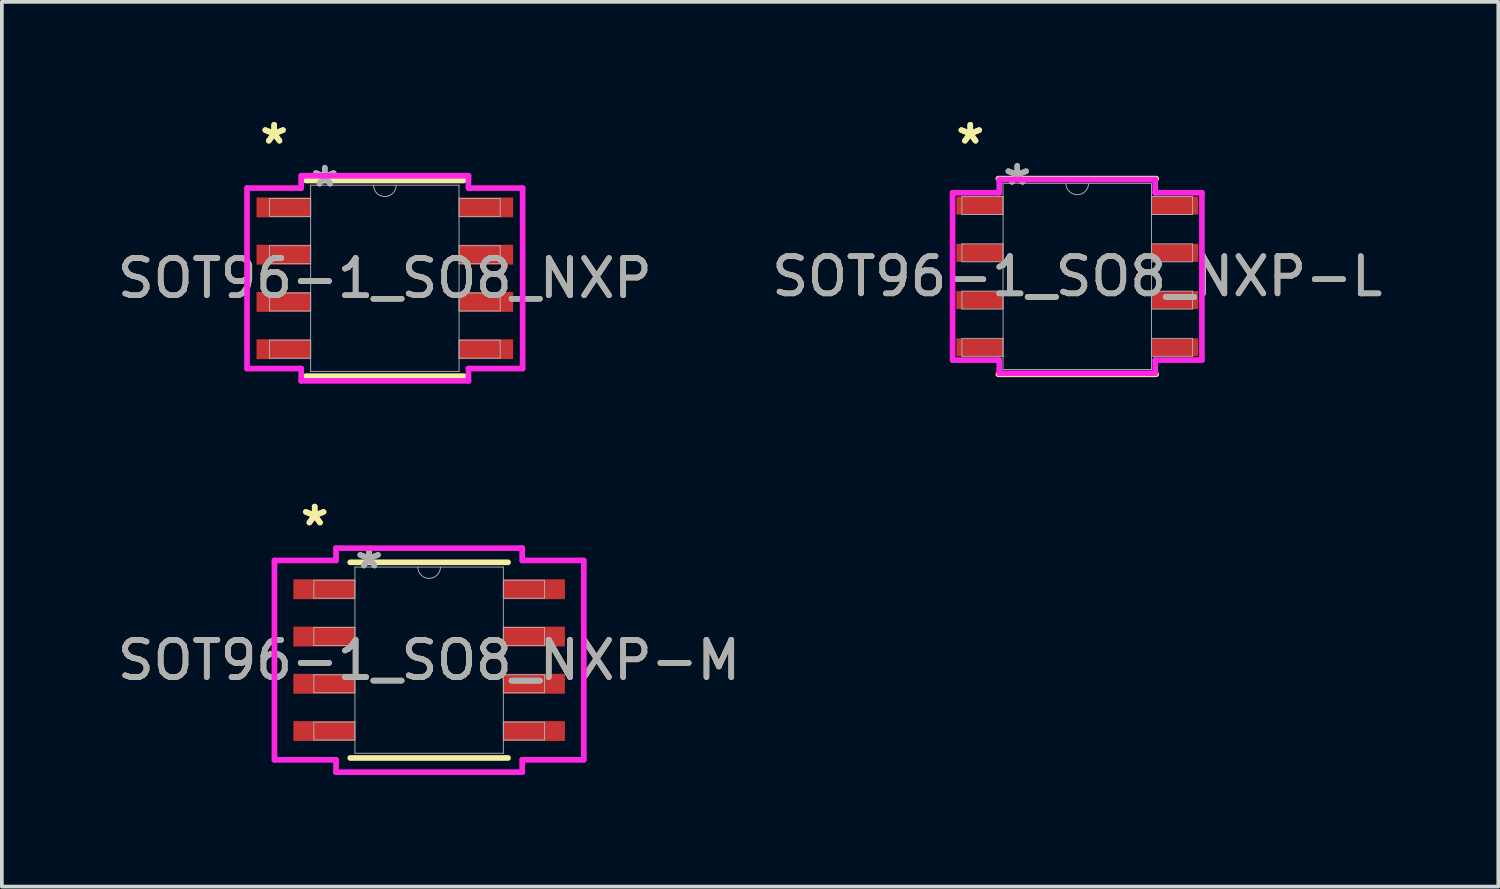
<source format=kicad_pcb>
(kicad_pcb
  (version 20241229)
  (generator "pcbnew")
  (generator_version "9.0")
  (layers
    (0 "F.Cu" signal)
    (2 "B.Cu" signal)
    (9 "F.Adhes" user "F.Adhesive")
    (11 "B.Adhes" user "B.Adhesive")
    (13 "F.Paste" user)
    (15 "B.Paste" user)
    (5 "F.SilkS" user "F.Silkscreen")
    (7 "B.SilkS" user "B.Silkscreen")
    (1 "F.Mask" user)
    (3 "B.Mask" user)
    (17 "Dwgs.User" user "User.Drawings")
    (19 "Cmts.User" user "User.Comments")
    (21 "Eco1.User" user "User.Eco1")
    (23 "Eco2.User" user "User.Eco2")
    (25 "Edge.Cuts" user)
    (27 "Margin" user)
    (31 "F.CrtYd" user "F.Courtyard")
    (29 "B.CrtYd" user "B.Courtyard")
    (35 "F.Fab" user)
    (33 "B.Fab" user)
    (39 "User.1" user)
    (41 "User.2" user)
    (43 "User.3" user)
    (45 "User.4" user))
  (footprint "SOT96-1_SO8_NXP"
    (layer "F.Cu")
    (at 7.292 4.429)
    (property "Reference" "SOT96-1_SO8_NXP" (at 0 0 0) (unlocked yes) (layer "F.SilkS") (effects (font (size 1 1) (thickness 0.15))))
    (attr smd)
    (fp_line (start -2.121 2.629) (end 2.121 2.629) (stroke (width 0.152) (type solid)) (layer "F.SilkS"))
    (fp_line (start 2.121 -2.629) (end -2.121 -2.629) (stroke (width 0.152) (type solid)) (layer "F.SilkS"))
    (fp_line (start -3.703 -2.425) (end -2.248 -2.425) (stroke (width 0.152) (type solid)) (layer "F.CrtYd"))
    (fp_line (start -3.703 2.425) (end -3.703 -2.425) (stroke (width 0.152) (type solid)) (layer "F.CrtYd"))
    (fp_line (start -3.703 2.425) (end -2.248 2.425) (stroke (width 0.152) (type solid)) (layer "F.CrtYd"))
    (fp_line (start -2.248 -2.756) (end 2.248 -2.756) (stroke (width 0.152) (type solid)) (layer "F.CrtYd"))
    (fp_line (start -2.248 -2.425) (end -2.248 -2.756) (stroke (width 0.152) (type solid)) (layer "F.CrtYd"))
    (fp_line (start -2.248 2.756) (end -2.248 2.425) (stroke (width 0.152) (type solid)) (layer "F.CrtYd"))
    (fp_line (start 2.248 -2.756) (end 2.248 -2.425) (stroke (width 0.152) (type solid)) (layer "F.CrtYd"))
    (fp_line (start 2.248 2.425) (end 2.248 2.756) (stroke (width 0.152) (type solid)) (layer "F.CrtYd"))
    (fp_line (start 2.248 2.756) (end -2.248 2.756) (stroke (width 0.152) (type solid)) (layer "F.CrtYd"))
    (fp_line (start 3.703 -2.425) (end 2.248 -2.425) (stroke (width 0.152) (type solid)) (layer "F.CrtYd"))
    (fp_line (start 3.703 -2.425) (end 3.703 2.425) (stroke (width 0.152) (type solid)) (layer "F.CrtYd"))
    (fp_line (start 3.703 2.425) (end 2.248 2.425) (stroke (width 0.152) (type solid)) (layer "F.CrtYd"))
    (fp_line (start -3.099 -2.146) (end -3.099 -1.664) (stroke (width 0.025) (type solid)) (layer "F.Fab"))
    (fp_line (start -3.099 -1.664) (end -1.994 -1.664) (stroke (width 0.025) (type solid)) (layer "F.Fab"))
    (fp_line (start -3.099 -0.876) (end -3.099 -0.394) (stroke (width 0.025) (type solid)) (layer "F.Fab"))
    (fp_line (start -3.099 -0.394) (end -1.994 -0.394) (stroke (width 0.025) (type solid)) (layer "F.Fab"))
    (fp_line (start -3.099 0.394) (end -3.099 0.876) (stroke (width 0.025) (type solid)) (layer "F.Fab"))
    (fp_line (start -3.099 0.876) (end -1.994 0.876) (stroke (width 0.025) (type solid)) (layer "F.Fab"))
    (fp_line (start -3.099 1.664) (end -3.099 2.146) (stroke (width 0.025) (type solid)) (layer "F.Fab"))
    (fp_line (start -3.099 2.146) (end -1.994 2.146) (stroke (width 0.025) (type solid)) (layer "F.Fab"))
    (fp_line (start -1.994 -2.502) (end -1.994 2.502) (stroke (width 0.025) (type solid)) (layer "F.Fab"))
    (fp_line (start -1.994 -2.146) (end -3.099 -2.146) (stroke (width 0.025) (type solid)) (layer "F.Fab"))
    (fp_line (start -1.994 -1.664) (end -1.994 -2.146) (stroke (width 0.025) (type solid)) (layer "F.Fab"))
    (fp_line (start -1.994 -0.876) (end -3.099 -0.876) (stroke (width 0.025) (type solid)) (layer "F.Fab"))
    (fp_line (start -1.994 -0.394) (end -1.994 -0.876) (stroke (width 0.025) (type solid)) (layer "F.Fab"))
    (fp_line (start -1.994 0.394) (end -3.099 0.394) (stroke (width 0.025) (type solid)) (layer "F.Fab"))
    (fp_line (start -1.994 0.876) (end -1.994 0.394) (stroke (width 0.025) (type solid)) (layer "F.Fab"))
    (fp_line (start -1.994 1.664) (end -3.099 1.664) (stroke (width 0.025) (type solid)) (layer "F.Fab"))
    (fp_line (start -1.994 2.146) (end -1.994 1.664) (stroke (width 0.025) (type solid)) (layer "F.Fab"))
    (fp_line (start -1.994 2.502) (end 1.994 2.502) (stroke (width 0.025) (type solid)) (layer "F.Fab"))
    (fp_line (start 1.994 -2.502) (end -1.994 -2.502) (stroke (width 0.025) (type solid)) (layer "F.Fab"))
    (fp_line (start 1.994 -2.146) (end 1.994 -1.664) (stroke (width 0.025) (type solid)) (layer "F.Fab"))
    (fp_line (start 1.994 -1.664) (end 3.099 -1.664) (stroke (width 0.025) (type solid)) (layer "F.Fab"))
    (fp_line (start 1.994 -0.876) (end 1.994 -0.394) (stroke (width 0.025) (type solid)) (layer "F.Fab"))
    (fp_line (start 1.994 -0.394) (end 3.099 -0.394) (stroke (width 0.025) (type solid)) (layer "F.Fab"))
    (fp_line (start 1.994 0.394) (end 1.994 0.876) (stroke (width 0.025) (type solid)) (layer "F.Fab"))
    (fp_line (start 1.994 0.876) (end 3.099 0.876) (stroke (width 0.025) (type solid)) (layer "F.Fab"))
    (fp_line (start 1.994 1.664) (end 1.994 2.146) (stroke (width 0.025) (type solid)) (layer "F.Fab"))
    (fp_line (start 1.994 2.146) (end 3.099 2.146) (stroke (width 0.025) (type solid)) (layer "F.Fab"))
    (fp_line (start 1.994 2.502) (end 1.994 -2.502) (stroke (width 0.025) (type solid)) (layer "F.Fab"))
    (fp_line (start 3.099 -2.146) (end 1.994 -2.146) (stroke (width 0.025) (type solid)) (layer "F.Fab"))
    (fp_line (start 3.099 -1.664) (end 3.099 -2.146) (stroke (width 0.025) (type solid)) (layer "F.Fab"))
    (fp_line (start 3.099 -0.876) (end 1.994 -0.876) (stroke (width 0.025) (type solid)) (layer "F.Fab"))
    (fp_line (start 3.099 -0.394) (end 3.099 -0.876) (stroke (width 0.025) (type solid)) (layer "F.Fab"))
    (fp_line (start 3.099 0.394) (end 1.994 0.394) (stroke (width 0.025) (type solid)) (layer "F.Fab"))
    (fp_line (start 3.099 0.876) (end 3.099 0.394) (stroke (width 0.025) (type solid)) (layer "F.Fab"))
    (fp_line (start 3.099 1.664) (end 1.994 1.664) (stroke (width 0.025) (type solid)) (layer "F.Fab"))
    (fp_line (start 3.099 2.146) (end 3.099 1.664) (stroke (width 0.025) (type solid)) (layer "F.Fab"))
    (fp_arc (start 0.3048 -2.5019) (mid 0 -2.1971) (end -0.3048 -2.5019) (stroke (width 0.0254) (type solid)) (layer "F.Fab"))
    (fp_text user "*" (at -2.975 -3.581 0) (unlocked yes) (layer "F.SilkS") (effects (font (size 1 1) (thickness 0.15))))
    (fp_text user "*" (at -2.975 -3.581 0) (layer "F.SilkS") (effects (font (size 1 1) (thickness 0.15))))
    (fp_text user "${REFERENCE}" (at 0 0 0) (unlocked yes) (layer "F.Fab") (effects (font (size 1 1) (thickness 0.15))))
    (fp_text user "*" (at -1.613 -2.426 0) (layer "F.Fab") (effects (font (size 1 1) (thickness 0.15))))
    (fp_text user "*" (at -1.613 -2.426 0) (unlocked yes) (layer "F.Fab") (effects (font (size 1 1) (thickness 0.15))))
    (pad "1" smd rect (at -2.721 -1.905) (size 1.455 0.533) (layers "F.Cu" "F.Mask" "F.Paste"))
    (pad "2" smd rect (at -2.721 -0.635) (size 1.455 0.533) (layers "F.Cu" "F.Mask" "F.Paste"))
    (pad "3" smd rect (at -2.721 0.635) (size 1.455 0.533) (layers "F.Cu" "F.Mask" "F.Paste"))
    (pad "4" smd rect (at -2.721 1.905) (size 1.455 0.533) (layers "F.Cu" "F.Mask" "F.Paste"))
    (pad "5" smd rect (at 2.721 1.905) (size 1.455 0.533) (layers "F.Cu" "F.Mask" "F.Paste"))
    (pad "6" smd rect (at 2.721 0.635) (size 1.455 0.533) (layers "F.Cu" "F.Mask" "F.Paste"))
    (pad "7" smd rect (at 2.721 -0.635) (size 1.455 0.533) (layers "F.Cu" "F.Mask" "F.Paste"))
    (pad "8" smd rect (at 2.721 -1.905) (size 1.455 0.533) (layers "F.Cu" "F.Mask" "F.Paste")))
  (footprint "SOT96-1_SO8_NXP-L"
    (layer "F.Cu")
    (at 25.899 4.379)
    (property "Reference" "SOT96-1_SO8_NXP-L" (at 0 0 0) (unlocked yes) (layer "F.SilkS") (effects (font (size 1 1) (thickness 0.15))))
    (attr smd)
    (fp_line (start -2.121 2.629) (end 2.121 2.629) (stroke (width 0.152) (type solid)) (layer "F.SilkS"))
    (fp_line (start 2.121 -2.629) (end -2.121 -2.629) (stroke (width 0.152) (type solid)) (layer "F.SilkS"))
    (fp_line (start -3.35 -2.248) (end -2.095 -2.248) (stroke (width 0.152) (type solid)) (layer "F.CrtYd"))
    (fp_line (start -3.35 2.248) (end -3.35 -2.248) (stroke (width 0.152) (type solid)) (layer "F.CrtYd"))
    (fp_line (start -3.35 2.248) (end -2.095 2.248) (stroke (width 0.152) (type solid)) (layer "F.CrtYd"))
    (fp_line (start -2.095 -2.603) (end 2.095 -2.603) (stroke (width 0.152) (type solid)) (layer "F.CrtYd"))
    (fp_line (start -2.095 -2.248) (end -2.095 -2.603) (stroke (width 0.152) (type solid)) (layer "F.CrtYd"))
    (fp_line (start -2.095 2.603) (end -2.095 2.248) (stroke (width 0.152) (type solid)) (layer "F.CrtYd"))
    (fp_line (start 2.095 -2.603) (end 2.095 -2.248) (stroke (width 0.152) (type solid)) (layer "F.CrtYd"))
    (fp_line (start 2.095 2.248) (end 2.095 2.603) (stroke (width 0.152) (type solid)) (layer "F.CrtYd"))
    (fp_line (start 2.095 2.603) (end -2.095 2.603) (stroke (width 0.152) (type solid)) (layer "F.CrtYd"))
    (fp_line (start 3.35 -2.248) (end 2.095 -2.248) (stroke (width 0.152) (type solid)) (layer "F.CrtYd"))
    (fp_line (start 3.35 -2.248) (end 3.35 2.248) (stroke (width 0.152) (type solid)) (layer "F.CrtYd"))
    (fp_line (start 3.35 2.248) (end 2.095 2.248) (stroke (width 0.152) (type solid)) (layer "F.CrtYd"))
    (fp_line (start -3.099 -2.146) (end -3.099 -1.664) (stroke (width 0.025) (type solid)) (layer "F.Fab"))
    (fp_line (start -3.099 -1.664) (end -1.994 -1.664) (stroke (width 0.025) (type solid)) (layer "F.Fab"))
    (fp_line (start -3.099 -0.876) (end -3.099 -0.394) (stroke (width 0.025) (type solid)) (layer "F.Fab"))
    (fp_line (start -3.099 -0.394) (end -1.994 -0.394) (stroke (width 0.025) (type solid)) (layer "F.Fab"))
    (fp_line (start -3.099 0.394) (end -3.099 0.876) (stroke (width 0.025) (type solid)) (layer "F.Fab"))
    (fp_line (start -3.099 0.876) (end -1.994 0.876) (stroke (width 0.025) (type solid)) (layer "F.Fab"))
    (fp_line (start -3.099 1.664) (end -3.099 2.146) (stroke (width 0.025) (type solid)) (layer "F.Fab"))
    (fp_line (start -3.099 2.146) (end -1.994 2.146) (stroke (width 0.025) (type solid)) (layer "F.Fab"))
    (fp_line (start -1.994 -2.502) (end -1.994 2.502) (stroke (width 0.025) (type solid)) (layer "F.Fab"))
    (fp_line (start -1.994 -2.146) (end -3.099 -2.146) (stroke (width 0.025) (type solid)) (layer "F.Fab"))
    (fp_line (start -1.994 -1.664) (end -1.994 -2.146) (stroke (width 0.025) (type solid)) (layer "F.Fab"))
    (fp_line (start -1.994 -0.876) (end -3.099 -0.876) (stroke (width 0.025) (type solid)) (layer "F.Fab"))
    (fp_line (start -1.994 -0.394) (end -1.994 -0.876) (stroke (width 0.025) (type solid)) (layer "F.Fab"))
    (fp_line (start -1.994 0.394) (end -3.099 0.394) (stroke (width 0.025) (type solid)) (layer "F.Fab"))
    (fp_line (start -1.994 0.876) (end -1.994 0.394) (stroke (width 0.025) (type solid)) (layer "F.Fab"))
    (fp_line (start -1.994 1.664) (end -3.099 1.664) (stroke (width 0.025) (type solid)) (layer "F.Fab"))
    (fp_line (start -1.994 2.146) (end -1.994 1.664) (stroke (width 0.025) (type solid)) (layer "F.Fab"))
    (fp_line (start -1.994 2.502) (end 1.994 2.502) (stroke (width 0.025) (type solid)) (layer "F.Fab"))
    (fp_line (start 1.994 -2.502) (end -1.994 -2.502) (stroke (width 0.025) (type solid)) (layer "F.Fab"))
    (fp_line (start 1.994 -2.146) (end 1.994 -1.664) (stroke (width 0.025) (type solid)) (layer "F.Fab"))
    (fp_line (start 1.994 -1.664) (end 3.099 -1.664) (stroke (width 0.025) (type solid)) (layer "F.Fab"))
    (fp_line (start 1.994 -0.876) (end 1.994 -0.394) (stroke (width 0.025) (type solid)) (layer "F.Fab"))
    (fp_line (start 1.994 -0.394) (end 3.099 -0.394) (stroke (width 0.025) (type solid)) (layer "F.Fab"))
    (fp_line (start 1.994 0.394) (end 1.994 0.876) (stroke (width 0.025) (type solid)) (layer "F.Fab"))
    (fp_line (start 1.994 0.876) (end 3.099 0.876) (stroke (width 0.025) (type solid)) (layer "F.Fab"))
    (fp_line (start 1.994 1.664) (end 1.994 2.146) (stroke (width 0.025) (type solid)) (layer "F.Fab"))
    (fp_line (start 1.994 2.146) (end 3.099 2.146) (stroke (width 0.025) (type solid)) (layer "F.Fab"))
    (fp_line (start 1.994 2.502) (end 1.994 -2.502) (stroke (width 0.025) (type solid)) (layer "F.Fab"))
    (fp_line (start 3.099 -2.146) (end 1.994 -2.146) (stroke (width 0.025) (type solid)) (layer "F.Fab"))
    (fp_line (start 3.099 -1.664) (end 3.099 -2.146) (stroke (width 0.025) (type solid)) (layer "F.Fab"))
    (fp_line (start 3.099 -0.876) (end 1.994 -0.876) (stroke (width 0.025) (type solid)) (layer "F.Fab"))
    (fp_line (start 3.099 -0.394) (end 3.099 -0.876) (stroke (width 0.025) (type solid)) (layer "F.Fab"))
    (fp_line (start 3.099 0.394) (end 1.994 0.394) (stroke (width 0.025) (type solid)) (layer "F.Fab"))
    (fp_line (start 3.099 0.876) (end 3.099 0.394) (stroke (width 0.025) (type solid)) (layer "F.Fab"))
    (fp_line (start 3.099 1.664) (end 1.994 1.664) (stroke (width 0.025) (type solid)) (layer "F.Fab"))
    (fp_line (start 3.099 2.146) (end 3.099 1.664) (stroke (width 0.025) (type solid)) (layer "F.Fab"))
    (fp_arc (start 0.3048 -2.5019) (mid 0 -2.1971) (end -0.3048 -2.5019) (stroke (width 0.0254) (type solid)) (layer "F.Fab"))
    (fp_text user "*" (at -2.875 -3.531 0) (layer "F.SilkS") (effects (font (size 1 1) (thickness 0.15))))
    (fp_text user "*" (at -2.875 -3.531 0) (unlocked yes) (layer "F.SilkS") (effects (font (size 1 1) (thickness 0.15))))
    (fp_text user "*" (at -1.613 -2.426 0) (unlocked yes) (layer "F.Fab") (effects (font (size 1 1) (thickness 0.15))))
    (fp_text user "*" (at -1.613 -2.426 0) (layer "F.Fab") (effects (font (size 1 1) (thickness 0.15))))
    (fp_text user "${REFERENCE}" (at 0 0 0) (unlocked yes) (layer "F.Fab") (effects (font (size 1 1) (thickness 0.15))))
    (pad "1" smd rect (at -2.621 -1.905) (size 1.255 0.483) (layers "F.Cu" "F.Mask" "F.Paste"))
    (pad "2" smd rect (at -2.621 -0.635) (size 1.255 0.483) (layers "F.Cu" "F.Mask" "F.Paste"))
    (pad "3" smd rect (at -2.621 0.635) (size 1.255 0.483) (layers "F.Cu" "F.Mask" "F.Paste"))
    (pad "4" smd rect (at -2.621 1.905) (size 1.255 0.483) (layers "F.Cu" "F.Mask" "F.Paste"))
    (pad "5" smd rect (at 2.621 1.905) (size 1.255 0.483) (layers "F.Cu" "F.Mask" "F.Paste"))
    (pad "6" smd rect (at 2.621 0.635) (size 1.255 0.483) (layers "F.Cu" "F.Mask" "F.Paste"))
    (pad "7" smd rect (at 2.621 -0.635) (size 1.255 0.483) (layers "F.Cu" "F.Mask" "F.Paste"))
    (pad "8" smd rect (at 2.621 -1.905) (size 1.255 0.483) (layers "F.Cu" "F.Mask" "F.Paste")))
  (footprint "SOT96-1_SO8_NXP-M"
    (layer "F.Cu")
    (at 8.482 14.69)
    (property "Reference" "SOT96-1_SO8_NXP-M" (at 0 0 0) (unlocked yes) (layer "F.SilkS") (effects (font (size 1 1) (thickness 0.15))))
    (attr smd)
    (fp_line (start -2.121 2.629) (end 2.121 2.629) (stroke (width 0.152) (type solid)) (layer "F.SilkS"))
    (fp_line (start 2.121 -2.629) (end -2.121 -2.629) (stroke (width 0.152) (type solid)) (layer "F.SilkS"))
    (fp_line (start -4.157 -2.679) (end -2.502 -2.679) (stroke (width 0.152) (type solid)) (layer "F.CrtYd"))
    (fp_line (start -4.157 2.679) (end -4.157 -2.679) (stroke (width 0.152) (type solid)) (layer "F.CrtYd"))
    (fp_line (start -4.157 2.679) (end -2.502 2.679) (stroke (width 0.152) (type solid)) (layer "F.CrtYd"))
    (fp_line (start -2.502 -3.01) (end 2.502 -3.01) (stroke (width 0.152) (type solid)) (layer "F.CrtYd"))
    (fp_line (start -2.502 -2.679) (end -2.502 -3.01) (stroke (width 0.152) (type solid)) (layer "F.CrtYd"))
    (fp_line (start -2.502 3.01) (end -2.502 2.679) (stroke (width 0.152) (type solid)) (layer "F.CrtYd"))
    (fp_line (start 2.502 -3.01) (end 2.502 -2.679) (stroke (width 0.152) (type solid)) (layer "F.CrtYd"))
    (fp_line (start 2.502 2.679) (end 2.502 3.01) (stroke (width 0.152) (type solid)) (layer "F.CrtYd"))
    (fp_line (start 2.502 3.01) (end -2.502 3.01) (stroke (width 0.152) (type solid)) (layer "F.CrtYd"))
    (fp_line (start 4.157 -2.679) (end 2.502 -2.679) (stroke (width 0.152) (type solid)) (layer "F.CrtYd"))
    (fp_line (start 4.157 -2.679) (end 4.157 2.679) (stroke (width 0.152) (type solid)) (layer "F.CrtYd"))
    (fp_line (start 4.157 2.679) (end 2.502 2.679) (stroke (width 0.152) (type solid)) (layer "F.CrtYd"))
    (fp_line (start -3.099 -2.146) (end -3.099 -1.664) (stroke (width 0.025) (type solid)) (layer "F.Fab"))
    (fp_line (start -3.099 -1.664) (end -1.994 -1.664) (stroke (width 0.025) (type solid)) (layer "F.Fab"))
    (fp_line (start -3.099 -0.876) (end -3.099 -0.394) (stroke (width 0.025) (type solid)) (layer "F.Fab"))
    (fp_line (start -3.099 -0.394) (end -1.994 -0.394) (stroke (width 0.025) (type solid)) (layer "F.Fab"))
    (fp_line (start -3.099 0.394) (end -3.099 0.876) (stroke (width 0.025) (type solid)) (layer "F.Fab"))
    (fp_line (start -3.099 0.876) (end -1.994 0.876) (stroke (width 0.025) (type solid)) (layer "F.Fab"))
    (fp_line (start -3.099 1.664) (end -3.099 2.146) (stroke (width 0.025) (type solid)) (layer "F.Fab"))
    (fp_line (start -3.099 2.146) (end -1.994 2.146) (stroke (width 0.025) (type solid)) (layer "F.Fab"))
    (fp_line (start -1.994 -2.502) (end -1.994 2.502) (stroke (width 0.025) (type solid)) (layer "F.Fab"))
    (fp_line (start -1.994 -2.146) (end -3.099 -2.146) (stroke (width 0.025) (type solid)) (layer "F.Fab"))
    (fp_line (start -1.994 -1.664) (end -1.994 -2.146) (stroke (width 0.025) (type solid)) (layer "F.Fab"))
    (fp_line (start -1.994 -0.876) (end -3.099 -0.876) (stroke (width 0.025) (type solid)) (layer "F.Fab"))
    (fp_line (start -1.994 -0.394) (end -1.994 -0.876) (stroke (width 0.025) (type solid)) (layer "F.Fab"))
    (fp_line (start -1.994 0.394) (end -3.099 0.394) (stroke (width 0.025) (type solid)) (layer "F.Fab"))
    (fp_line (start -1.994 0.876) (end -1.994 0.394) (stroke (width 0.025) (type solid)) (layer "F.Fab"))
    (fp_line (start -1.994 1.664) (end -3.099 1.664) (stroke (width 0.025) (type solid)) (layer "F.Fab"))
    (fp_line (start -1.994 2.146) (end -1.994 1.664) (stroke (width 0.025) (type solid)) (layer "F.Fab"))
    (fp_line (start -1.994 2.502) (end 1.994 2.502) (stroke (width 0.025) (type solid)) (layer "F.Fab"))
    (fp_line (start 1.994 -2.502) (end -1.994 -2.502) (stroke (width 0.025) (type solid)) (layer "F.Fab"))
    (fp_line (start 1.994 -2.146) (end 1.994 -1.664) (stroke (width 0.025) (type solid)) (layer "F.Fab"))
    (fp_line (start 1.994 -1.664) (end 3.099 -1.664) (stroke (width 0.025) (type solid)) (layer "F.Fab"))
    (fp_line (start 1.994 -0.876) (end 1.994 -0.394) (stroke (width 0.025) (type solid)) (layer "F.Fab"))
    (fp_line (start 1.994 -0.394) (end 3.099 -0.394) (stroke (width 0.025) (type solid)) (layer "F.Fab"))
    (fp_line (start 1.994 0.394) (end 1.994 0.876) (stroke (width 0.025) (type solid)) (layer "F.Fab"))
    (fp_line (start 1.994 0.876) (end 3.099 0.876) (stroke (width 0.025) (type solid)) (layer "F.Fab"))
    (fp_line (start 1.994 1.664) (end 1.994 2.146) (stroke (width 0.025) (type solid)) (layer "F.Fab"))
    (fp_line (start 1.994 2.146) (end 3.099 2.146) (stroke (width 0.025) (type solid)) (layer "F.Fab"))
    (fp_line (start 1.994 2.502) (end 1.994 -2.502) (stroke (width 0.025) (type solid)) (layer "F.Fab"))
    (fp_line (start 3.099 -2.146) (end 1.994 -2.146) (stroke (width 0.025) (type solid)) (layer "F.Fab"))
    (fp_line (start 3.099 -1.664) (end 3.099 -2.146) (stroke (width 0.025) (type solid)) (layer "F.Fab"))
    (fp_line (start 3.099 -0.876) (end 1.994 -0.876) (stroke (width 0.025) (type solid)) (layer "F.Fab"))
    (fp_line (start 3.099 -0.394) (end 3.099 -0.876) (stroke (width 0.025) (type solid)) (layer "F.Fab"))
    (fp_line (start 3.099 0.394) (end 1.994 0.394) (stroke (width 0.025) (type solid)) (layer "F.Fab"))
    (fp_line (start 3.099 0.876) (end 3.099 0.394) (stroke (width 0.025) (type solid)) (layer "F.Fab"))
    (fp_line (start 3.099 1.664) (end 1.994 1.664) (stroke (width 0.025) (type solid)) (layer "F.Fab"))
    (fp_line (start 3.099 2.146) (end 3.099 1.664) (stroke (width 0.025) (type solid)) (layer "F.Fab"))
    (fp_arc (start 0.3048 -2.5019) (mid 0 -2.1971) (end -0.3048 -2.5019) (stroke (width 0.0254) (type solid)) (layer "F.Fab"))
    (fp_text user "*" (at -3.075 -3.581 0) (layer "F.SilkS") (effects (font (size 1 1) (thickness 0.15))))
    (fp_text user "*" (at -3.075 -3.581 0) (unlocked yes) (layer "F.SilkS") (effects (font (size 1 1) (thickness 0.15))))
    (fp_text user "*" (at -1.613 -2.426 0) (unlocked yes) (layer "F.Fab") (effects (font (size 1 1) (thickness 0.15))))
    (fp_text user "${REFERENCE}" (at 0 0 0) (unlocked yes) (layer "F.Fab") (effects (font (size 1 1) (thickness 0.15))))
    (fp_text user "*" (at -1.613 -2.426 0) (layer "F.Fab") (effects (font (size 1 1) (thickness 0.15))))
    (pad "1" smd rect (at -2.821 -1.905) (size 1.655 0.533) (layers "F.Cu" "F.Mask" "F.Paste"))
    (pad "2" smd rect (at -2.821 -0.635) (size 1.655 0.533) (layers "F.Cu" "F.Mask" "F.Paste"))
    (pad "3" smd rect (at -2.821 0.635) (size 1.655 0.533) (layers "F.Cu" "F.Mask" "F.Paste"))
    (pad "4" smd rect (at -2.821 1.905) (size 1.655 0.533) (layers "F.Cu" "F.Mask" "F.Paste"))
    (pad "5" smd rect (at 2.821 1.905) (size 1.655 0.533) (layers "F.Cu" "F.Mask" "F.Paste"))
    (pad "6" smd rect (at 2.821 0.635) (size 1.655 0.533) (layers "F.Cu" "F.Mask" "F.Paste"))
    (pad "7" smd rect (at 2.821 -0.635) (size 1.655 0.533) (layers "F.Cu" "F.Mask" "F.Paste"))
    (pad "8" smd rect (at 2.821 -1.905) (size 1.655 0.533) (layers "F.Cu" "F.Mask" "F.Paste")))
  (gr_rect
    (start -3 -3)
    (end 37.214 20.776)
    (stroke (width 0.1) (type default))
    (fill no)
    (layer "Edge.Cuts")))
</source>
